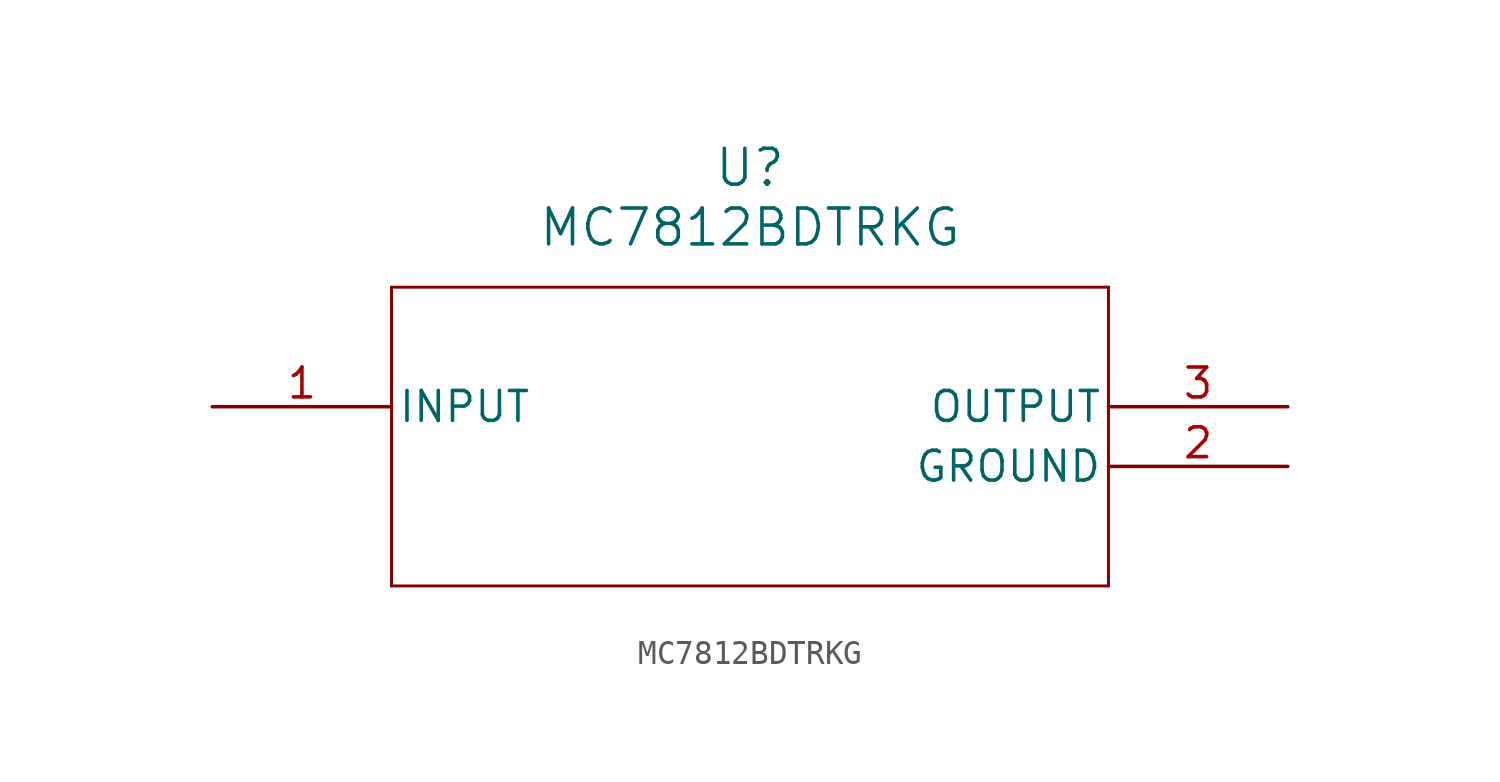
<source format=kicad_sym>
(kicad_symbol_lib
  (version 20211014)
  (generator kicad_symbol_editor)
  (symbol "MC7812BDTRKG"
    (pin_names
      (offset 0.254))
    (property "Reference" "U"
      (at 22.86 10.16 0)
      (effects (font (size 1.524 1.524))))
    (property "Value" "MC7812BDTRKG"
      (at 22.86 7.62 0)
      (effects (font (size 1.524 1.524))))
    (symbol "MC7812BDTRKG_0_1"
      (polyline (pts (xy 7.62 5.08) (xy 7.62 -7.62)) (stroke (width 0.127) (type default) (color 0 0 0 0)) (fill (type none)))
      (polyline (pts (xy 7.62 -7.62) (xy 38.1 -7.62)) (stroke (width 0.127) (type default) (color 0 0 0 0)) (fill (type none)))
      (polyline (pts (xy 38.1 -7.62) (xy 38.1 5.08)) (stroke (width 0.127) (type default) (color 0 0 0 0)) (fill (type none)))
      (polyline (pts (xy 38.1 5.08) (xy 7.62 5.08)) (stroke (width 0.127) (type default) (color 0 0 0 0)) (fill (type none)))
      (pin input line (at 0 0 0) (length 7.62) (name "INPUT" (effects (font (size 1.27 1.27)))) (number "1" (effects (font (size 1.27 1.27)))))
      (pin power_in line (at 45.72 -2.54 180) (length 7.62) (name "GROUND" (effects (font (size 1.27 1.27)))) (number "2" (effects (font (size 1.27 1.27)))))
      (pin output line (at 45.72 0 180) (length 7.62) (name "OUTPUT" (effects (font (size 1.27 1.27)))) (number "3" (effects (font (size 1.27 1.27))))))))
</source>
